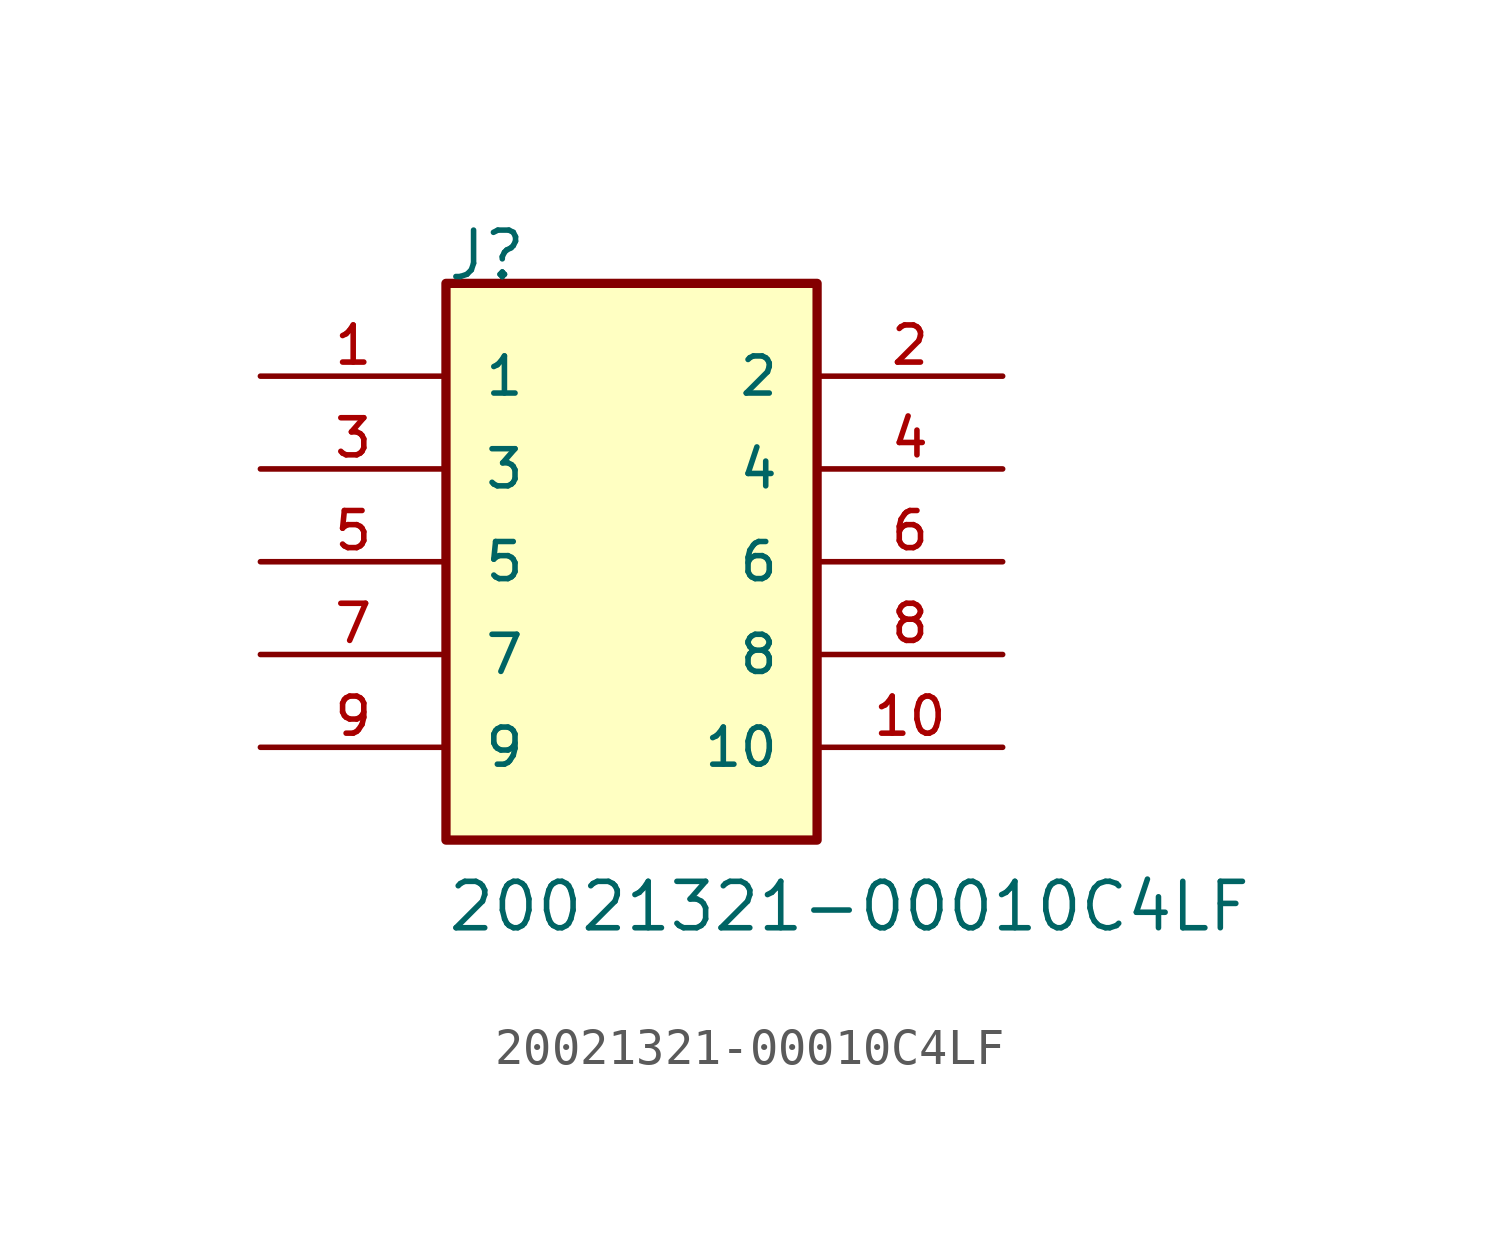
<source format=kicad_sym>
(kicad_symbol_lib
  (version 20211014)
  (generator kicad_symbol_editor)
  (symbol "20021321-00010C4LF"
    (pin_names
      (offset 1.016))
    (property "Reference" "J"
      (at -5.09 7.645 0)
      (effects (font (size 1.27 1.27)) (justify bottom left)))
    (property "Value" "20021321-00010C4LF"
      (at -5.087 -10.183 0)
      (effects (font (size 1.27 1.27)) (justify bottom left)))
    (symbol "20021321-00010C4LF_0_0"
      (rectangle (start -5.08 -7.62) (end 5.08 7.62) (stroke (width 0.254)) (fill (type background)))
      (pin passive line (at -10.16 5.08 0) (length 5.08) (name "1" (effects (font (size 1.016 1.016)))) (number "1" (effects (font (size 1.016 1.016)))))
      (pin passive line (at 10.16 5.08 180.0) (length 5.08) (name "2" (effects (font (size 1.016 1.016)))) (number "2" (effects (font (size 1.016 1.016)))))
      (pin passive line (at -10.16 2.54 0) (length 5.08) (name "3" (effects (font (size 1.016 1.016)))) (number "3" (effects (font (size 1.016 1.016)))))
      (pin passive line (at 10.16 2.54 180.0) (length 5.08) (name "4" (effects (font (size 1.016 1.016)))) (number "4" (effects (font (size 1.016 1.016)))))
      (pin passive line (at -10.16 0.0 0) (length 5.08) (name "5" (effects (font (size 1.016 1.016)))) (number "5" (effects (font (size 1.016 1.016)))))
      (pin passive line (at 10.16 0.0 180.0) (length 5.08) (name "6" (effects (font (size 1.016 1.016)))) (number "6" (effects (font (size 1.016 1.016)))))
      (pin passive line (at -10.16 -2.54 0) (length 5.08) (name "7" (effects (font (size 1.016 1.016)))) (number "7" (effects (font (size 1.016 1.016)))))
      (pin passive line (at 10.16 -2.54 180.0) (length 5.08) (name "8" (effects (font (size 1.016 1.016)))) (number "8" (effects (font (size 1.016 1.016)))))
      (pin passive line (at -10.16 -5.08 0) (length 5.08) (name "9" (effects (font (size 1.016 1.016)))) (number "9" (effects (font (size 1.016 1.016)))))
      (pin passive line (at 10.16 -5.08 180.0) (length 5.08) (name "10" (effects (font (size 1.016 1.016)))) (number "10" (effects (font (size 1.016 1.016))))))))
</source>
